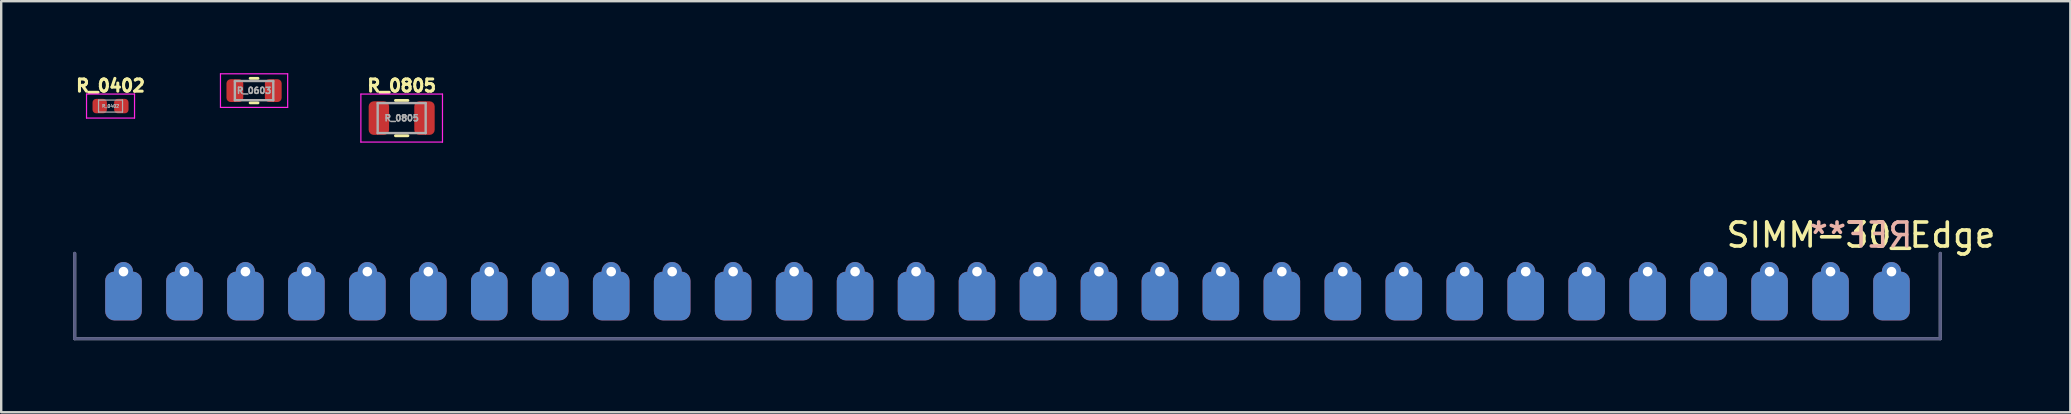
<source format=kicad_pcb>
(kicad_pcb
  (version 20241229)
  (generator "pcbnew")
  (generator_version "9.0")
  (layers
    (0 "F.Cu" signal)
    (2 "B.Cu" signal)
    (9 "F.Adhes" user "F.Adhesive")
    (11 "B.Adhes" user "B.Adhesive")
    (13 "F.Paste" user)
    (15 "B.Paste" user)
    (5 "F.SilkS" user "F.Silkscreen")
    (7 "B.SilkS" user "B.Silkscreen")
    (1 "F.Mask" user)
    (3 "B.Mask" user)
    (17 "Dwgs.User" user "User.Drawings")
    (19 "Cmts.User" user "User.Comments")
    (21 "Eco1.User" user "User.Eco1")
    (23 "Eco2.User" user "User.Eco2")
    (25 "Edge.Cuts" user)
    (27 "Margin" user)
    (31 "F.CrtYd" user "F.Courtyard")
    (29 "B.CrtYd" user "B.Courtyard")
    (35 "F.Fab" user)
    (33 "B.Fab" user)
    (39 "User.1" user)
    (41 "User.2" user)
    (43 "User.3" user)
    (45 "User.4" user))
  (footprint "R_0603"
    (layer "F.Cu")
    (at 7.535 0.725)
    (property "Reference" "R_0603" (at 0 0 0) (layer "F.Fab") (effects (font (size 0.254 0.254) (thickness 0.064))))
    (attr smd)
    (fp_line (start -0.163 -0.51) (end 0.163 -0.51) (stroke (width 0.12) (type solid)) (layer "F.SilkS"))
    (fp_line (start -0.163 0.51) (end 0.163 0.51) (stroke (width 0.12) (type solid)) (layer "F.SilkS"))
    (fp_line (start -1.4 -0.7) (end 1.4 -0.7) (stroke (width 0.05) (type solid)) (layer "F.CrtYd"))
    (fp_line (start -1.4 0.7) (end -1.4 -0.7) (stroke (width 0.05) (type solid)) (layer "F.CrtYd"))
    (fp_line (start 1.4 -0.7) (end 1.4 0.7) (stroke (width 0.05) (type solid)) (layer "F.CrtYd"))
    (fp_line (start 1.4 0.7) (end -1.4 0.7) (stroke (width 0.05) (type solid)) (layer "F.CrtYd"))
    (fp_line (start -0.8 -0.4) (end 0.8 -0.4) (stroke (width 0.1) (type solid)) (layer "F.Fab"))
    (fp_line (start -0.8 0.4) (end -0.8 -0.4) (stroke (width 0.1) (type solid)) (layer "F.Fab"))
    (fp_line (start 0.8 -0.4) (end 0.8 0.4) (stroke (width 0.1) (type solid)) (layer "F.Fab"))
    (fp_line (start 0.8 0.4) (end -0.8 0.4) (stroke (width 0.1) (type solid)) (layer "F.Fab"))
    (pad "1" smd roundrect (at -0.8 0) (size 0.7 0.95) (layers "F.Cu" "F.Mask" "F.Paste") (roundrect_rratio 0.25))
    (pad "2" smd roundrect (at 0.8 0) (size 0.7 0.95) (layers "F.Cu" "F.Mask" "F.Paste") (roundrect_rratio 0.25)))
  (footprint "SIMM-30_Edge"
    (layer "F.Cu")
    (at 38.925 9.283)
    (property "Reference" "SIMM-30_Edge" (at 35.56 -2.54 0) (layer "F.SilkS") (effects (font (size 1 1) (thickness 0.15))))
    (attr exclude_from_pos_files exclude_from_bom)
    (fp_line (start -38.862 1.778) (end -38.862 -1.778) (stroke (width 0.127) (type solid)) (layer "B.Fab"))
    (fp_line (start 38.862 -1.778) (end 38.862 1.778) (stroke (width 0.127) (type solid)) (layer "B.Fab"))
    (fp_line (start 38.862 1.778) (end -38.862 1.778) (stroke (width 0.127) (type solid)) (layer "B.Fab"))
    (fp_line (start -38.862 1.778) (end -38.862 -1.778) (stroke (width 0.127) (type solid)) (layer "F.Fab"))
    (fp_line (start 38.862 -1.778) (end 38.862 1.778) (stroke (width 0.127) (type solid)) (layer "F.Fab"))
    (fp_line (start 38.862 1.778) (end -38.862 1.778) (stroke (width 0.127) (type solid)) (layer "F.Fab"))
    (fp_text user "REF**" (at 35.56 -2.54 0) (layer "B.SilkS") (effects (font (size 1 1) (thickness 0.15)) (justify mirror)))
    (pad "1" thru_hole circle (at -36.83 -1.016) (size 0.8 0.8) (drill 0.4) (layers "*.Cu" "*.Mask"))
    (pad "1" smd roundrect (at -36.83 0) (size 1.524 2.032) (layers "F.Cu" "F.Mask") (roundrect_rratio 0.25))
    (pad "1" smd roundrect (at -36.83 0) (size 1.524 2.032) (layers "B.Cu" "B.Mask") (roundrect_rratio 0.25))
    (pad "2" thru_hole circle (at -34.29 -1.016) (size 0.8 0.8) (drill 0.4) (layers "*.Cu" "*.Mask"))
    (pad "2" smd roundrect (at -34.29 0) (size 1.524 2.032) (layers "F.Cu" "F.Mask") (roundrect_rratio 0.25))
    (pad "2" smd roundrect (at -34.29 0) (size 1.524 2.032) (layers "B.Cu" "B.Mask") (roundrect_rratio 0.25))
    (pad "3" thru_hole circle (at -31.75 -1.016) (size 0.8 0.8) (drill 0.4) (layers "*.Cu" "*.Mask"))
    (pad "3" smd roundrect (at -31.75 0) (size 1.524 2.032) (layers "F.Cu" "F.Mask") (roundrect_rratio 0.25))
    (pad "3" smd roundrect (at -31.75 0) (size 1.524 2.032) (layers "B.Cu" "B.Mask") (roundrect_rratio 0.25))
    (pad "4" thru_hole circle (at -29.21 -1.016) (size 0.8 0.8) (drill 0.4) (layers "*.Cu" "*.Mask"))
    (pad "4" smd roundrect (at -29.21 0) (size 1.524 2.032) (layers "F.Cu" "F.Mask") (roundrect_rratio 0.25))
    (pad "4" smd roundrect (at -29.21 0) (size 1.524 2.032) (layers "B.Cu" "B.Mask") (roundrect_rratio 0.25))
    (pad "5" thru_hole circle (at -26.67 -1.016) (size 0.8 0.8) (drill 0.4) (layers "*.Cu" "*.Mask"))
    (pad "5" smd roundrect (at -26.67 0) (size 1.524 2.032) (layers "F.Cu" "F.Mask") (roundrect_rratio 0.25))
    (pad "5" smd roundrect (at -26.67 0) (size 1.524 2.032) (layers "B.Cu" "B.Mask") (roundrect_rratio 0.25))
    (pad "6" thru_hole circle (at -24.13 -1.016) (size 0.8 0.8) (drill 0.4) (layers "*.Cu" "*.Mask"))
    (pad "6" smd roundrect (at -24.13 0) (size 1.524 2.032) (layers "F.Cu" "F.Mask") (roundrect_rratio 0.25))
    (pad "6" smd roundrect (at -24.13 0) (size 1.524 2.032) (layers "B.Cu" "B.Mask") (roundrect_rratio 0.25))
    (pad "7" thru_hole circle (at -21.59 -1.016) (size 0.8 0.8) (drill 0.4) (layers "*.Cu" "*.Mask"))
    (pad "7" smd roundrect (at -21.59 0) (size 1.524 2.032) (layers "F.Cu" "F.Mask") (roundrect_rratio 0.25))
    (pad "7" smd roundrect (at -21.59 0) (size 1.524 2.032) (layers "B.Cu" "B.Mask") (roundrect_rratio 0.25))
    (pad "8" thru_hole circle (at -19.05 -1.016) (size 0.8 0.8) (drill 0.4) (layers "*.Cu" "*.Mask"))
    (pad "8" smd roundrect (at -19.05 0) (size 1.524 2.032) (layers "F.Cu" "F.Mask") (roundrect_rratio 0.25))
    (pad "8" smd roundrect (at -19.05 0) (size 1.524 2.032) (layers "B.Cu" "B.Mask") (roundrect_rratio 0.25))
    (pad "9" thru_hole circle (at -16.51 -1.016) (size 0.8 0.8) (drill 0.4) (layers "*.Cu" "*.Mask"))
    (pad "9" smd roundrect (at -16.51 0) (size 1.524 2.032) (layers "F.Cu" "F.Mask") (roundrect_rratio 0.25))
    (pad "9" smd roundrect (at -16.51 0) (size 1.524 2.032) (layers "B.Cu" "B.Mask") (roundrect_rratio 0.25))
    (pad "10" thru_hole circle (at -13.97 -1.016) (size 0.8 0.8) (drill 0.4) (layers "*.Cu" "*.Mask"))
    (pad "10" smd roundrect (at -13.97 0) (size 1.524 2.032) (layers "F.Cu" "F.Mask") (roundrect_rratio 0.25))
    (pad "10" smd roundrect (at -13.97 0) (size 1.524 2.032) (layers "B.Cu" "B.Mask") (roundrect_rratio 0.25))
    (pad "11" thru_hole circle (at -11.43 -1.016) (size 0.8 0.8) (drill 0.4) (layers "*.Cu" "*.Mask"))
    (pad "11" smd roundrect (at -11.43 0) (size 1.524 2.032) (layers "F.Cu" "F.Mask") (roundrect_rratio 0.25))
    (pad "11" smd roundrect (at -11.43 0) (size 1.524 2.032) (layers "B.Cu" "B.Mask") (roundrect_rratio 0.25))
    (pad "12" thru_hole circle (at -8.89 -1.016) (size 0.8 0.8) (drill 0.4) (layers "*.Cu" "*.Mask"))
    (pad "12" smd roundrect (at -8.89 0) (size 1.524 2.032) (layers "F.Cu" "F.Mask") (roundrect_rratio 0.25))
    (pad "12" smd roundrect (at -8.89 0) (size 1.524 2.032) (layers "B.Cu" "B.Mask") (roundrect_rratio 0.25))
    (pad "13" thru_hole circle (at -6.35 -1.016) (size 0.8 0.8) (drill 0.4) (layers "*.Cu" "*.Mask"))
    (pad "13" smd roundrect (at -6.35 0) (size 1.524 2.032) (layers "F.Cu" "F.Mask") (roundrect_rratio 0.25))
    (pad "13" smd roundrect (at -6.35 0) (size 1.524 2.032) (layers "B.Cu" "B.Mask") (roundrect_rratio 0.25))
    (pad "14" thru_hole circle (at -3.81 -1.016) (size 0.8 0.8) (drill 0.4) (layers "*.Cu" "*.Mask"))
    (pad "14" smd roundrect (at -3.81 0) (size 1.524 2.032) (layers "F.Cu" "F.Mask") (roundrect_rratio 0.25))
    (pad "14" smd roundrect (at -3.81 0) (size 1.524 2.032) (layers "B.Cu" "B.Mask") (roundrect_rratio 0.25))
    (pad "15" thru_hole circle (at -1.27 -1.016) (size 0.8 0.8) (drill 0.4) (layers "*.Cu" "*.Mask"))
    (pad "15" smd roundrect (at -1.27 0) (size 1.524 2.032) (layers "F.Cu" "F.Mask") (roundrect_rratio 0.25))
    (pad "15" smd roundrect (at -1.27 0) (size 1.524 2.032) (layers "B.Cu" "B.Mask") (roundrect_rratio 0.25))
    (pad "16" thru_hole circle (at 1.27 -1.016) (size 0.8 0.8) (drill 0.4) (layers "*.Cu" "*.Mask"))
    (pad "16" smd roundrect (at 1.27 0) (size 1.524 2.032) (layers "F.Cu" "F.Mask") (roundrect_rratio 0.25))
    (pad "16" smd roundrect (at 1.27 0) (size 1.524 2.032) (layers "B.Cu" "B.Mask") (roundrect_rratio 0.25))
    (pad "17" thru_hole circle (at 3.81 -1.016) (size 0.8 0.8) (drill 0.4) (layers "*.Cu" "*.Mask"))
    (pad "17" smd roundrect (at 3.81 0) (size 1.524 2.032) (layers "F.Cu" "F.Mask") (roundrect_rratio 0.25))
    (pad "17" smd roundrect (at 3.81 0) (size 1.524 2.032) (layers "B.Cu" "B.Mask") (roundrect_rratio 0.25))
    (pad "18" thru_hole circle (at 6.35 -1.016) (size 0.8 0.8) (drill 0.4) (layers "*.Cu" "*.Mask"))
    (pad "18" smd roundrect (at 6.35 0) (size 1.524 2.032) (layers "F.Cu" "F.Mask") (roundrect_rratio 0.25))
    (pad "18" smd roundrect (at 6.35 0) (size 1.524 2.032) (layers "B.Cu" "B.Mask") (roundrect_rratio 0.25))
    (pad "19" thru_hole circle (at 8.89 -1.016) (size 0.8 0.8) (drill 0.4) (layers "*.Cu" "*.Mask"))
    (pad "19" smd roundrect (at 8.89 0) (size 1.524 2.032) (layers "F.Cu" "F.Mask") (roundrect_rratio 0.25))
    (pad "19" smd roundrect (at 8.89 0) (size 1.524 2.032) (layers "B.Cu" "B.Mask") (roundrect_rratio 0.25))
    (pad "20" thru_hole circle (at 11.43 -1.016) (size 0.8 0.8) (drill 0.4) (layers "*.Cu" "*.Mask"))
    (pad "20" smd roundrect (at 11.43 0) (size 1.524 2.032) (layers "F.Cu" "F.Mask") (roundrect_rratio 0.25))
    (pad "20" smd roundrect (at 11.43 0) (size 1.524 2.032) (layers "B.Cu" "B.Mask") (roundrect_rratio 0.25))
    (pad "21" thru_hole circle (at 13.97 -1.016) (size 0.8 0.8) (drill 0.4) (layers "*.Cu" "*.Mask"))
    (pad "21" smd roundrect (at 13.97 0) (size 1.524 2.032) (layers "F.Cu" "F.Mask") (roundrect_rratio 0.25))
    (pad "21" smd roundrect (at 13.97 0) (size 1.524 2.032) (layers "B.Cu" "B.Mask") (roundrect_rratio 0.25))
    (pad "22" thru_hole circle (at 16.51 -1.016) (size 0.8 0.8) (drill 0.4) (layers "*.Cu" "*.Mask"))
    (pad "22" smd roundrect (at 16.51 0) (size 1.524 2.032) (layers "F.Cu" "F.Mask") (roundrect_rratio 0.25))
    (pad "22" smd roundrect (at 16.51 0) (size 1.524 2.032) (layers "B.Cu" "B.Mask") (roundrect_rratio 0.25))
    (pad "23" thru_hole circle (at 19.05 -1.016) (size 0.8 0.8) (drill 0.4) (layers "*.Cu" "*.Mask"))
    (pad "23" smd roundrect (at 19.05 0) (size 1.524 2.032) (layers "F.Cu" "F.Mask") (roundrect_rratio 0.25))
    (pad "23" smd roundrect (at 19.05 0) (size 1.524 2.032) (layers "B.Cu" "B.Mask") (roundrect_rratio 0.25))
    (pad "24" thru_hole circle (at 21.59 -1.016) (size 0.8 0.8) (drill 0.4) (layers "*.Cu" "*.Mask"))
    (pad "24" smd roundrect (at 21.59 0) (size 1.524 2.032) (layers "F.Cu" "F.Mask") (roundrect_rratio 0.25))
    (pad "24" smd roundrect (at 21.59 0) (size 1.524 2.032) (layers "B.Cu" "B.Mask") (roundrect_rratio 0.25))
    (pad "25" thru_hole circle (at 24.13 -1.016) (size 0.8 0.8) (drill 0.4) (layers "*.Cu" "*.Mask"))
    (pad "25" smd roundrect (at 24.13 0) (size 1.524 2.032) (layers "F.Cu" "F.Mask") (roundrect_rratio 0.25))
    (pad "25" smd roundrect (at 24.13 0) (size 1.524 2.032) (layers "B.Cu" "B.Mask") (roundrect_rratio 0.25))
    (pad "26" thru_hole circle (at 26.67 -1.016) (size 0.8 0.8) (drill 0.4) (layers "*.Cu" "*.Mask"))
    (pad "26" smd roundrect (at 26.67 0) (size 1.524 2.032) (layers "F.Cu" "F.Mask") (roundrect_rratio 0.25))
    (pad "26" smd roundrect (at 26.67 0) (size 1.524 2.032) (layers "B.Cu" "B.Mask") (roundrect_rratio 0.25))
    (pad "27" thru_hole circle (at 29.21 -1.016) (size 0.8 0.8) (drill 0.4) (layers "*.Cu" "*.Mask"))
    (pad "27" smd roundrect (at 29.21 0) (size 1.524 2.032) (layers "F.Cu" "F.Mask") (roundrect_rratio 0.25))
    (pad "27" smd roundrect (at 29.21 0) (size 1.524 2.032) (layers "B.Cu" "B.Mask") (roundrect_rratio 0.25))
    (pad "28" thru_hole circle (at 31.75 -1.016) (size 0.8 0.8) (drill 0.4) (layers "*.Cu" "*.Mask"))
    (pad "28" smd roundrect (at 31.75 0) (size 1.524 2.032) (layers "F.Cu") (roundrect_rratio 0.25))
    (pad "28" smd roundrect (at 31.75 0) (size 1.524 2.032) (layers "B.Cu" "B.Mask") (roundrect_rratio 0.25))
    (pad "29" thru_hole circle (at 34.29 -1.016) (size 0.8 0.8) (drill 0.4) (layers "*.Cu" "*.Mask"))
    (pad "29" smd roundrect (at 34.29 0) (size 1.524 2.032) (layers "F.Cu" "F.Mask") (roundrect_rratio 0.25))
    (pad "29" smd roundrect (at 34.29 0) (size 1.524 2.032) (layers "B.Cu" "B.Mask") (roundrect_rratio 0.25))
    (pad "30" thru_hole circle (at 36.83 -1.016) (size 0.8 0.8) (drill 0.4) (layers "*.Cu" "*.Mask"))
    (pad "30" smd roundrect (at 36.83 0) (size 1.524 2.032) (layers "F.Cu" "F.Mask") (roundrect_rratio 0.25))
    (pad "30" smd roundrect (at 36.83 0) (size 1.524 2.032) (layers "B.Cu" "B.Mask") (roundrect_rratio 0.25)))
  (footprint "R_0402"
    (layer "F.Cu")
    (at 1.555 1.37)
    (property "Reference" "R_0402" (at 0 -0.85 0) (layer "F.SilkS") (effects (font (size 0.508 0.508) (thickness 0.127))))
    (attr smd)
    (fp_line (start -1 -0.5) (end 1 -0.5) (stroke (width 0.05) (type solid)) (layer "F.CrtYd"))
    (fp_line (start -1 0.5) (end -1 -0.5) (stroke (width 0.05) (type solid)) (layer "F.CrtYd"))
    (fp_line (start 1 -0.5) (end 1 0.5) (stroke (width 0.05) (type solid)) (layer "F.CrtYd"))
    (fp_line (start 1 0.5) (end -1 0.5) (stroke (width 0.05) (type solid)) (layer "F.CrtYd"))
    (fp_line (start -0.5 -0.25) (end 0.5 -0.25) (stroke (width 0.05) (type solid)) (layer "F.Fab"))
    (fp_line (start -0.5 0.25) (end -0.5 -0.25) (stroke (width 0.05) (type solid)) (layer "F.Fab"))
    (fp_line (start 0.5 -0.25) (end 0.5 0.25) (stroke (width 0.05) (type solid)) (layer "F.Fab"))
    (fp_line (start 0.5 0.25) (end -0.5 0.25) (stroke (width 0.05) (type solid)) (layer "F.Fab"))
    (fp_text user "${REFERENCE}" (at 0 0 0) (layer "F.Fab") (effects (font (size 0.127 0.127) (thickness 0.032))))
    (pad "1" smd roundrect (at -0.45 0) (size 0.6 0.6) (layers "F.Cu" "F.Mask" "F.Paste") (roundrect_rratio 0.25))
    (pad "2" smd roundrect (at 0.45 0) (size 0.6 0.6) (layers "F.Cu" "F.Mask" "F.Paste") (roundrect_rratio 0.25)))
  (footprint "R_0805"
    (layer "F.Cu")
    (at 13.685 1.87)
    (property "Reference" "R_0805" (at 0 -1.35 0) (layer "F.SilkS") (effects (font (size 0.508 0.508) (thickness 0.127))))
    (attr smd)
    (fp_line (start -0.259 -0.735) (end 0.259 -0.735) (stroke (width 0.12) (type solid)) (layer "F.SilkS"))
    (fp_line (start -0.259 0.735) (end 0.259 0.735) (stroke (width 0.12) (type solid)) (layer "F.SilkS"))
    (fp_line (start -1.7 -1) (end 1.7 -1) (stroke (width 0.05) (type solid)) (layer "F.CrtYd"))
    (fp_line (start -1.7 1) (end -1.7 -1) (stroke (width 0.05) (type solid)) (layer "F.CrtYd"))
    (fp_line (start 1.7 -1) (end 1.7 1) (stroke (width 0.05) (type solid)) (layer "F.CrtYd"))
    (fp_line (start 1.7 1) (end -1.7 1) (stroke (width 0.05) (type solid)) (layer "F.CrtYd"))
    (fp_line (start -1 -0.625) (end 1 -0.625) (stroke (width 0.1) (type solid)) (layer "F.Fab"))
    (fp_line (start -1 0.625) (end -1 -0.625) (stroke (width 0.1) (type solid)) (layer "F.Fab"))
    (fp_line (start 1 -0.625) (end 1 0.625) (stroke (width 0.1) (type solid)) (layer "F.Fab"))
    (fp_line (start 1 0.625) (end -1 0.625) (stroke (width 0.1) (type solid)) (layer "F.Fab"))
    (fp_text user "${REFERENCE}" (at 0 0 0) (layer "F.Fab") (effects (font (size 0.254 0.254) (thickness 0.064))))
    (pad "1" smd roundrect (at -0.95 0) (size 0.85 1.4) (layers "F.Cu" "F.Mask" "F.Paste") (roundrect_rratio 0.25))
    (pad "2" smd roundrect (at 0.95 0) (size 0.85 1.4) (layers "F.Cu" "F.Mask" "F.Paste") (roundrect_rratio 0.25)))
  (gr_rect
    (start -3 -3)
    (end 83.206 14.125)
    (stroke (width 0.1) (type default))
    (fill no)
    (layer "Edge.Cuts")))
</source>
